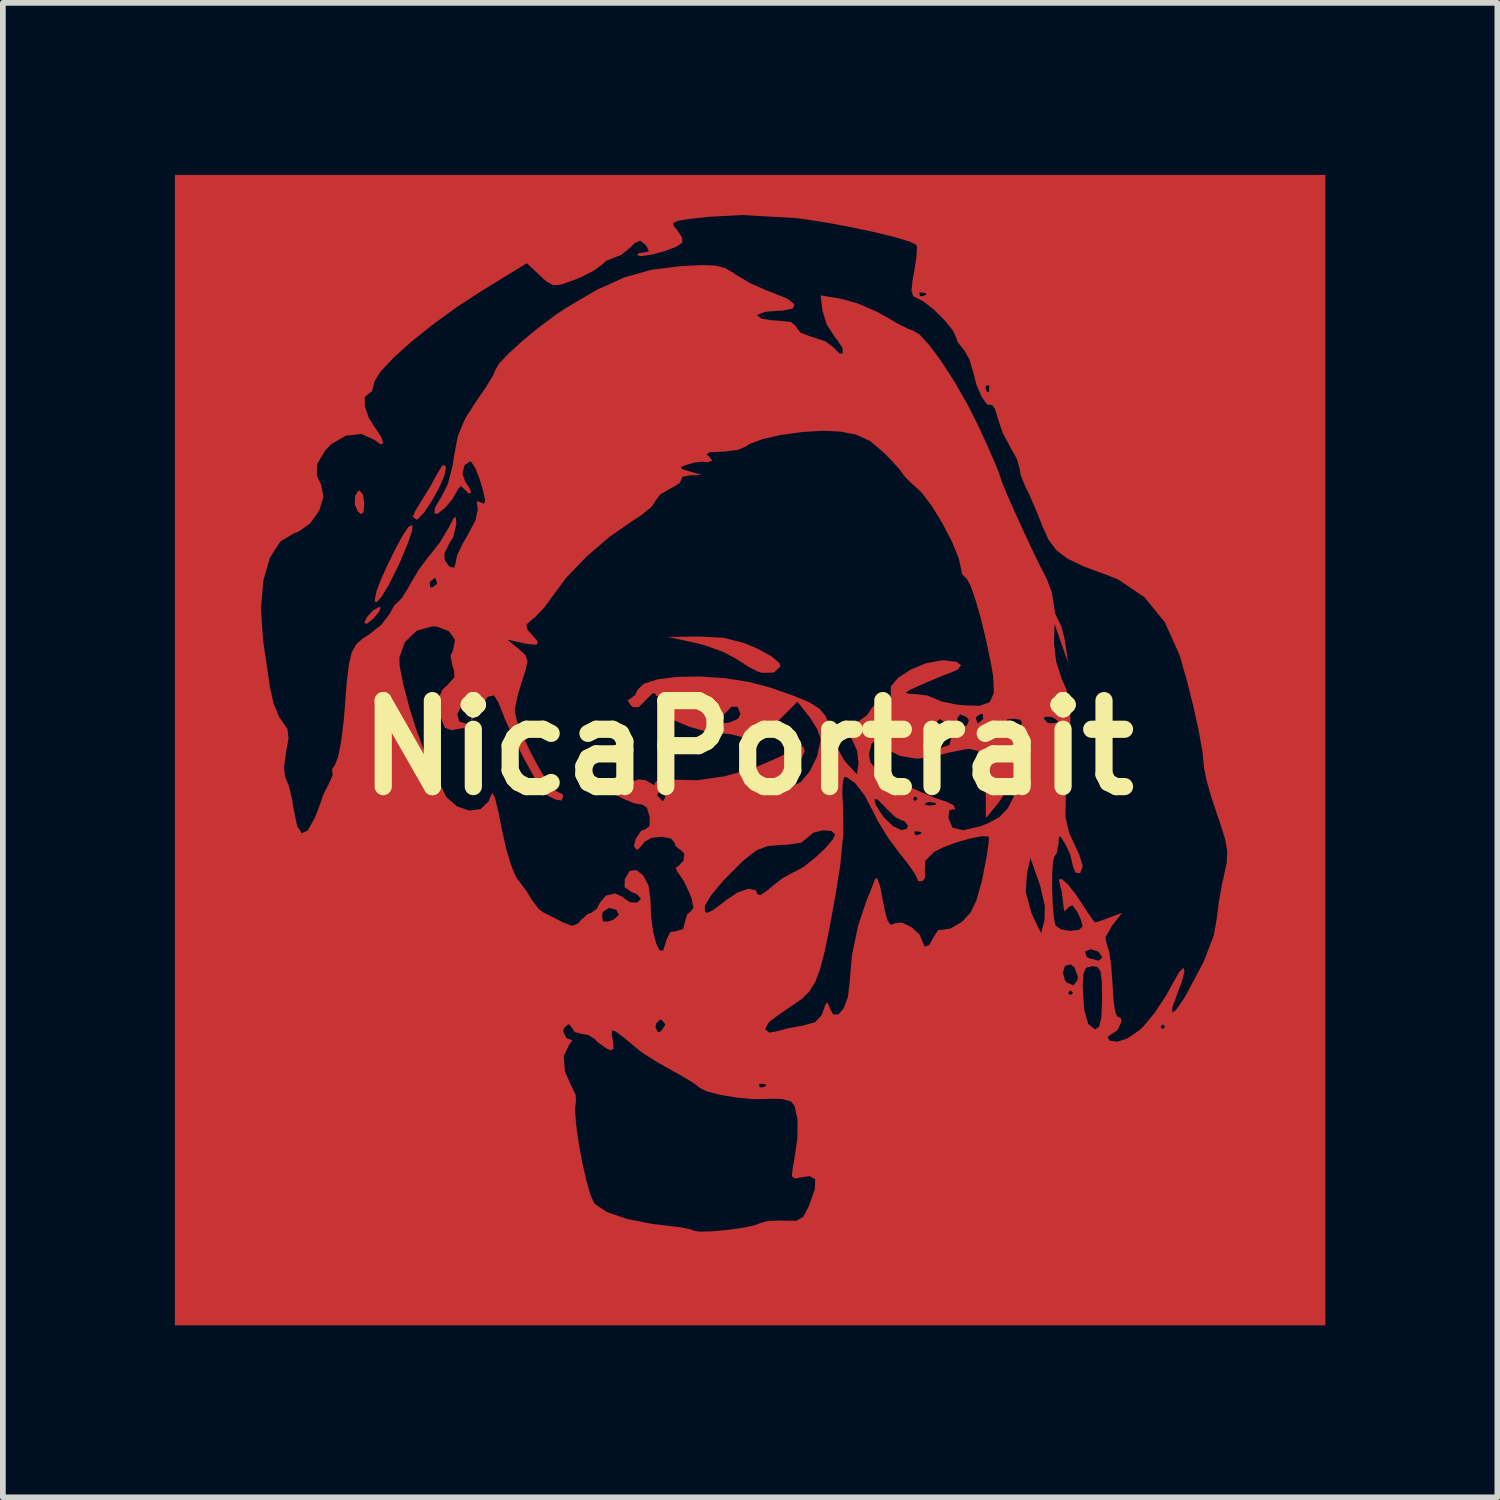
<source format=kicad_pcb>
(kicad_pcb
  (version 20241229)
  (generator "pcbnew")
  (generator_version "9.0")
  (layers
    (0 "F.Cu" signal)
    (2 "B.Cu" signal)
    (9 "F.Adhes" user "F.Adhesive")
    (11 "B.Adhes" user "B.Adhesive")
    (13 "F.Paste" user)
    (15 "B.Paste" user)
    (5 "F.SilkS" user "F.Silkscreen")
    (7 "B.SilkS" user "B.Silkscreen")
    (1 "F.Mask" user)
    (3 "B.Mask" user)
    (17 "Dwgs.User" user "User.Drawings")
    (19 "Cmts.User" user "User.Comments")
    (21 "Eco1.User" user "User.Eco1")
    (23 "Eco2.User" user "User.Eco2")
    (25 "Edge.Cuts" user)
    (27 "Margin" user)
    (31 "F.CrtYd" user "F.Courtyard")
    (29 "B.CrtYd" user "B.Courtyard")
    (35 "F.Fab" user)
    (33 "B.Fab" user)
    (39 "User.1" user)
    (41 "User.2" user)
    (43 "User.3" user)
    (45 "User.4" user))
  (footprint "NicaPortrait"
    (layer "F.Cu")
    (at 9.991 9.991)
    (property "Reference" "NicaPortrait" (at 0 0 0) (layer "F.SilkS") (effects (font (size 1.5 1.5) (thickness 0.3))))
    (attr board_only exclude_from_pos_files exclude_from_bom)
    (fp_poly (pts (xy -6.401 -2.446) (xy -6.431 -2.369) (xy -6.53 -2.25) (xy -6.644 -2.16) (xy -6.689 -2.176) (xy -6.639 -2.283) (xy -6.532 -2.395) (xy -6.43 -2.454)) (stroke (width 0) (type solid)) (fill yes) (layer "F.Cu"))
    (fp_poly (pts (xy -6.71 -4.415) (xy -6.689 -4.276) (xy -6.7 -4.103) (xy -6.746 -4.075) (xy -6.802 -4.12) (xy -6.853 -4.245) (xy -6.847 -4.395) (xy -6.79 -4.484) (xy -6.773 -4.487)) (stroke (width 0) (type solid)) (fill yes) (layer "F.Cu"))
    (fp_poly (pts (xy -5.276 -4.922) (xy -5.264 -4.88) (xy -5.291 -4.744) (xy -5.382 -4.534) (xy -5.51 -4.304) (xy -5.642 -4.105) (xy -5.75 -3.99) (xy -5.779 -3.979) (xy -5.842 -4.029) (xy -5.842 -4.03) (xy -5.799 -4.128) (xy -5.696 -4.297) (xy -5.691 -4.305) (xy -5.536 -4.556) (xy -5.416 -4.776) (xy -5.326 -4.924)) (stroke (width 0) (type solid)) (fill yes) (layer "F.Cu"))
    (fp_poly (pts (xy -5.852 -3.79) (xy -5.925 -3.569) (xy -6.065 -3.238) (xy -6.116 -3.128) (xy -6.262 -2.838) (xy -6.385 -2.635) (xy -6.472 -2.536) (xy -6.508 -2.555) (xy -6.48 -2.707) (xy -6.473 -2.731) (xy -6.397 -2.933) (xy -6.276 -3.2) (xy -6.139 -3.478) (xy -6.012 -3.711) (xy -5.923 -3.845) (xy -5.921 -3.848) (xy -5.849 -3.888)) (stroke (width 0) (type solid)) (fill yes) (layer "F.Cu"))
    (fp_poly (pts (xy -0.421 -1.917) (xy -0.057 -1.825) (xy 0.155 -1.735) (xy 0.408 -1.598) (xy 0.551 -1.479) (xy 0.572 -1.419) (xy 0.458 -1.311) (xy 0.255 -1.305) (xy 0.169 -1.33) (xy 0.016 -1.41) (xy -0.188 -1.541) (xy -0.209 -1.555) (xy -0.439 -1.675) (xy -0.748 -1.786) (xy -0.929 -1.832) (xy -1.397 -1.933) (xy -0.847 -1.939)) (stroke (width 0) (type solid)) (fill yes) (layer "F.Cu"))
    (fp_poly (pts (xy 10.075 0.042) (xy 10.075 10.075) (xy 0.042 10.075) (xy -9.991 10.075) (xy -9.991 4.953) (xy -3.217 4.953) (xy -3.163 5.066) (xy -3.116 5.08) (xy -3.057 5.105) (xy -3.116 5.182) (xy -3.207 5.382) (xy -3.189 5.646) (xy -3.083 5.884) (xy -3.001 6.055) (xy -2.996 6.165) (xy -3.013 6.3) (xy -2.995 6.552) (xy -2.951 6.876) (xy -2.887 7.224) (xy -2.814 7.55) (xy -2.74 7.808) (xy -2.672 7.953) (xy -2.671 7.955) (xy -2.456 8.098) (xy -2.107 8.219) (xy -1.659 8.307) (xy -1.409 8.336) (xy -1.159 8.366) (xy -0.987 8.403) (xy -0.948 8.422) (xy -0.84 8.441) (xy -0.621 8.435) (xy -0.35 8.41) (xy -0.081 8.372) (xy 0.129 8.327) (xy 0.214 8.292) (xy 0.349 8.254) (xy 0.573 8.246) (xy 0.625 8.249) (xy 0.844 8.251) (xy 0.967 8.184) (xy 1.061 8.008) (xy 1.067 7.993) (xy 1.171 7.698) (xy 1.177 7.53) (xy 1.082 7.472) (xy 0.962 7.488) (xy 0.82 7.515) (xy 0.769 7.471) (xy 0.787 7.315) (xy 0.806 7.222) (xy 0.866 6.82) (xy 0.869 6.485) (xy 0.818 6.251) (xy 0.758 6.172) (xy 0.594 6.126) (xy 0.36 6.123) (xy 0.339 6.126) (xy 0.102 6.13) (xy -0.19 6.103) (xy -0.481 6.054) (xy -0.717 5.993) (xy -0.843 5.929) (xy -0.847 5.925) (xy -0.916 5.87) (xy 0.198 5.87) (xy 0.209 5.921) (xy 0.254 5.927) (xy 0.324 5.896) (xy 0.31 5.87) (xy 0.21 5.86) (xy 0.198 5.87) (xy -0.916 5.87) (xy -0.94 5.852) (xy -1.135 5.733) (xy -1.312 5.635) (xy -1.583 5.482) (xy -1.814 5.336) (xy -1.908 5.267) (xy -2.157 5.058) (xy -2.302 4.949) (xy -2.365 4.929) (xy -2.373 4.99) (xy -2.354 5.097) (xy -2.338 5.253) (xy -2.391 5.278) (xy -2.463 5.245) (xy -2.615 5.138) (xy -2.667 5.08) (xy -2.786 5.009) (xy -2.884 4.995) (xy -3.019 4.959) (xy -3.048 4.911) (xy -3.077 4.873) (xy -1.609 4.873) (xy -1.568 4.961) (xy -1.524 4.953) (xy -1.491 4.91) (xy 0.305 4.91) (xy 0.376 4.969) (xy 0.504 4.947) (xy 0.674 4.9) (xy 0.915 4.854) (xy 0.946 4.85) (xy 1.173 4.789) (xy 1.289 4.667) (xy 1.319 4.583) (xy 1.369 4.447) (xy 1.405 4.467) (xy 1.417 4.508) (xy 1.487 4.65) (xy 1.58 4.653) (xy 1.674 4.545) (xy 1.747 4.35) (xy 1.756 4.276) (xy 5.588 4.276) (xy 5.63 4.318) (xy 5.673 4.276) (xy 5.63 4.233) (xy 5.588 4.276) (xy 1.756 4.276) (xy 1.769 4.17) (xy 5.843 4.17) (xy 5.868 4.568) (xy 5.939 4.818) (xy 6.053 4.91) (xy 6.064 4.911) (xy 6.131 4.864) (xy 6.168 4.705) (xy 6.181 4.408) (xy 6.181 4.36) (xy 6.175 4.063) (xy 6.152 3.896) (xy 6.099 3.825) (xy 6.011 3.81) (xy 5.903 3.836) (xy 5.854 3.945) (xy 5.843 4.17) (xy 1.769 4.17) (xy 1.778 4.093) (xy 1.778 4.085) (xy 1.792 3.921) (xy 5.497 3.921) (xy 5.533 4.058) (xy 5.56 4.092) (xy 5.682 4.146) (xy 5.752 4.051) (xy 5.757 3.988) (xy 5.698 3.831) (xy 5.63 3.779) (xy 5.535 3.804) (xy 5.497 3.921) (xy 1.792 3.921) (xy 1.819 3.614) (xy 1.832 3.552) (xy 5.887 3.552) (xy 5.907 3.644) (xy 5.947 3.669) (xy 6.121 3.716) (xy 6.18 3.662) (xy 6.181 3.65) (xy 6.116 3.557) (xy 5.985 3.514) (xy 5.887 3.552) (xy 1.832 3.552) (xy 1.926 3.101) (xy 2.072 2.667) (xy 2.162 2.448) (xy 2.223 2.286) (xy 2.26 2.278) (xy 2.306 2.408) (xy 2.325 2.498) (xy 2.388 2.827) (xy 2.439 3.014) (xy 2.49 3.088) (xy 2.551 3.073) (xy 2.568 3.06) (xy 2.693 3.05) (xy 2.858 3.131) (xy 2.997 3.259) (xy 3.048 3.379) (xy 3.087 3.469) (xy 3.168 3.439) (xy 3.239 3.311) (xy 3.242 3.302) (xy 3.323 3.181) (xy 3.4 3.175) (xy 3.536 3.154) (xy 3.72 3.047) (xy 3.746 3.027) (xy 3.885 2.877) (xy 3.989 2.665) (xy 4.029 2.518) (xy 4.85 2.518) (xy 4.944 2.869) (xy 5.019 3.035) (xy 5.117 3.233) (xy 5.176 3.012) (xy 5.182 2.758) (xy 5.102 2.414) (xy 5.083 2.356) (xy 4.93 1.922) (xy 4.872 2.187) (xy 4.85 2.518) (xy 4.029 2.518) (xy 4.078 2.345) (xy 4.107 2.21) (xy 4.165 1.906) (xy 4.2 1.674) (xy 4.206 1.556) (xy 4.204 1.551) (xy 4.096 1.542) (xy 3.889 1.581) (xy 3.638 1.652) (xy 3.401 1.741) (xy 3.254 1.816) (xy 3.098 1.971) (xy 3.09 2.114) (xy 3.092 2.269) (xy 3.051 2.326) (xy 2.971 2.327) (xy 2.963 2.299) (xy 2.913 2.194) (xy 2.782 2.008) (xy 2.655 1.85) (xy 2.447 1.569) (xy 2.385 1.468) (xy 2.907 1.468) (xy 2.919 1.518) (xy 2.963 1.524) (xy 3.033 1.493) (xy 3.02 1.468) (xy 2.919 1.457) (xy 2.907 1.468) (xy 2.385 1.468) (xy 2.265 1.271) (xy 2.2 1.138) (xy 2.073 0.896) (xy 2.21 0.896) (xy 2.232 0.992) (xy 2.337 1.163) (xy 2.377 1.216) (xy 2.536 1.369) (xy 2.685 1.438) (xy 2.78 1.41) (xy 2.794 1.355) (xy 2.727 1.275) (xy 2.691 1.27) (xy 2.573 1.21) (xy 2.419 1.062) (xy 2.398 1.037) (xy 2.357 0.996) (xy 3.085 0.996) (xy 3.168 1.009) (xy 3.278 0.994) (xy 3.279 0.965) (xy 3.166 0.945) (xy 3.117 0.958) (xy 3.085 0.996) (xy 2.357 0.996) (xy 2.266 0.903) (xy 2.21 0.896) (xy 2.073 0.896) (xy 2.069 0.889) (xy 2.879 0.889) (xy 2.921 0.931) (xy 2.963 0.889) (xy 2.921 0.847) (xy 2.879 0.889) (xy 2.069 0.889) (xy 2.042 0.836) (xy 1.871 0.615) (xy 1.718 0.512) (xy 1.69 0.508) (xy 1.659 0.585) (xy 1.65 0.784) (xy 1.663 1.037) (xy 1.669 1.481) (xy 1.615 2.046) (xy 1.529 2.582) (xy 1.426 3.146) (xy 1.339 3.569) (xy 1.258 3.876) (xy 1.174 4.095) (xy 1.077 4.251) (xy 0.957 4.37) (xy 0.809 4.476) (xy 0.583 4.628) (xy 0.409 4.756) (xy 0.364 4.795) (xy 0.305 4.91) (xy -1.491 4.91) (xy -1.443 4.845) (xy -1.439 4.821) (xy -1.504 4.744) (xy -1.524 4.741) (xy -1.598 4.81) (xy -1.609 4.873) (xy -3.077 4.873) (xy -3.112 4.828) (xy -3.133 4.826) (xy -3.208 4.895) (xy -3.217 4.953) (xy -9.991 4.953) (xy -9.991 0.042) (xy -9.991 -2.424) (xy -8.49 -2.424) (xy -8.451 -1.859) (xy -8.433 -1.736) (xy -8.396 -1.496) (xy -8.352 -1.187) (xy -8.334 -1.058) (xy -8.27 -0.774) (xy -8.172 -0.537) (xy -8.122 -0.465) (xy -8.028 -0.328) (xy -8.009 -0.165) (xy -8.05 0.074) (xy -8.089 0.349) (xy -8.065 0.523) (xy -8.055 0.539) (xy -8.001 0.673) (xy -7.945 0.912) (xy -7.917 1.084) (xy -7.857 1.372) (xy -7.776 1.492) (xy -7.674 1.444) (xy -7.553 1.228) (xy -7.485 1.058) (xy -7.43 0.903) (xy -7.413 0.847) (xy -7.368 0.748) (xy -7.297 0.614) (xy -7.237 0.473) (xy -7.246 0.423) (xy -7.248 0.371) (xy -7.195 0.294) (xy -7.143 0.156) (xy -7.091 -0.111) (xy -7.047 -0.466) (xy -7.027 -0.701) (xy -6.993 -1.146) (xy -6.956 -1.456) (xy -6.927 -1.576) (xy -6.075 -1.576) (xy -6.071 -1.423) (xy -6 -1.075) (xy -5.897 -0.685) (xy -5.778 -0.306) (xy -5.66 0.007) (xy -5.57 0.187) (xy -5.444 0.423) (xy -5.373 0.62) (xy -5.255 0.861) (xy -5.069 1.024) (xy -4.856 1.097) (xy -4.658 1.07) (xy -4.517 0.933) (xy -4.486 0.847) (xy -4.452 0.79) (xy -4.409 0.873) (xy -4.351 1.105) (xy -4.296 1.386) (xy -4.217 1.744) (xy -4.127 2.05) (xy -4.041 2.255) (xy -4.012 2.297) (xy -3.857 2.501) (xy -3.775 2.638) (xy -3.651 2.806) (xy -3.556 2.878) (xy -3.385 2.962) (xy -3.224 3.045) (xy -3.059 3.108) (xy -2.956 3.063) (xy -2.918 3.016) (xy -2.815 2.921) (xy -2.54 2.921) (xy -2.524 3.028) (xy -2.44 3.034) (xy -2.336 2.997) (xy -2.247 2.913) (xy -2.293 2.826) (xy -2.418 2.794) (xy -2.526 2.862) (xy -2.54 2.921) (xy -2.815 2.921) (xy -2.794 2.902) (xy -2.727 2.879) (xy -2.631 2.809) (xy -2.582 2.709) (xy -2.474 2.58) (xy -2.31 2.541) (xy -2.17 2.609) (xy -2.159 2.625) (xy -2.054 2.696) (xy -1.926 2.701) (xy -1.863 2.636) (xy -1.863 2.635) (xy -1.933 2.555) (xy -2.027 2.517) (xy -2.147 2.433) (xy -2.144 2.295) (xy -2.059 2.148) (xy -1.941 2.134) (xy -1.821 2.229) (xy -1.729 2.409) (xy -1.697 2.64) (xy -1.685 2.948) (xy -1.648 3.217) (xy -1.594 3.422) (xy -1.534 3.537) (xy -1.476 3.538) (xy -1.429 3.399) (xy -1.424 3.365) (xy -1.351 3.216) (xy -1.249 3.2) (xy -1.125 3.163) (xy -1.101 3.059) (xy -1.056 2.906) (xy -0.999 2.859) (xy -0.946 2.794) (xy -0.952 2.761) (xy -0.748 2.761) (xy -0.747 2.864) (xy -0.699 2.879) (xy -0.599 2.828) (xy -0.432 2.703) (xy -0.389 2.667) (xy -0.175 2.523) (xy 0.016 2.459) (xy 0.142 2.485) (xy 0.169 2.556) (xy 0.222 2.57) (xy 0.352 2.483) (xy 0.402 2.438) (xy 0.605 2.278) (xy 0.793 2.174) (xy 0.81 2.168) (xy 0.968 2.082) (xy 1.166 1.928) (xy 1.356 1.75) (xy 1.49 1.592) (xy 1.524 1.514) (xy 1.458 1.45) (xy 1.308 1.442) (xy 1.147 1.482) (xy 1.048 1.562) (xy 1.047 1.566) (xy 0.934 1.657) (xy 0.676 1.694) (xy 0.605 1.695) (xy 0.352 1.714) (xy 0.157 1.788) (xy -0.052 1.948) (xy -0.14 2.03) (xy -0.433 2.326) (xy -0.639 2.575) (xy -0.748 2.761) (xy -0.952 2.761) (xy -0.977 2.637) (xy -1.016 2.534) (xy -1.117 2.323) (xy -1.211 2.184) (xy -1.223 2.174) (xy -1.258 2.095) (xy -1.206 2.061) (xy -1.12 1.969) (xy -1.107 1.847) (xy -1.174 1.779) (xy -1.185 1.778) (xy -1.263 1.711) (xy -1.27 1.665) (xy -1.339 1.584) (xy -1.498 1.553) (xy -1.676 1.572) (xy -1.8 1.641) (xy -1.814 1.665) (xy -1.904 1.768) (xy -1.942 1.778) (xy -1.985 1.713) (xy -1.953 1.587) (xy -1.861 1.45) (xy -1.78 1.42) (xy -1.713 1.368) (xy -1.709 1.208) (xy -1.759 1.045) (xy -1.836 0.993) (xy -1.977 0.97) (xy -2.163 0.894) (xy -2.318 0.814) (xy -1.58 0.814) (xy -1.566 0.847) (xy -1.49 0.927) (xy -1.477 0.931) (xy -1.44 0.866) (xy -1.439 0.847) (xy -1.504 0.765) (xy -1.529 0.762) (xy -1.58 0.814) (xy -2.318 0.814) (xy -2.39 0.776) (xy -2.12 0.637) (xy -1.911 0.552) (xy -1.775 0.567) (xy -1.73 0.598) (xy -1.63 0.653) (xy -1.609 0.602) (xy -1.532 0.543) (xy -1.304 0.555) (xy -1.291 0.557) (xy -0.883 0.568) (xy -0.401 0.498) (xy 0.091 0.362) (xy 0.528 0.174) (xy 0.562 0.155) (xy 0.832 0.016) (xy 0.974 -0.018) (xy 0.995 0.062) (xy 0.904 0.261) (xy 0.838 0.376) (xy 0.741 0.576) (xy 0.741 0.672) (xy 0.76 0.677) (xy 0.922 0.602) (xy 1.082 0.412) (xy 1.208 0.158) (xy 1.268 -0.109) (xy 1.27 -0.154) (xy 1.219 -0.311) (xy 1.095 -0.513) (xy 1.067 -0.549) (xy 0.866 -0.801) (xy 0.512 -0.447) (xy 0.301 -0.249) (xy 0.156 -0.157) (xy 0.03 -0.148) (xy -0.054 -0.174) (xy -0.307 -0.237) (xy -0.481 -0.254) (xy -0.738 -0.285) (xy -1.02 -0.366) (xy -1.238 -0.459) (xy -0.472 -0.459) (xy -0.414 -0.428) (xy -0.322 -0.438) (xy -0.171 -0.504) (xy -0.127 -0.586) (xy -0.174 -0.714) (xy -0.284 -0.713) (xy -0.408 -0.586) (xy -0.472 -0.459) (xy -1.238 -0.459) (xy -1.277 -0.475) (xy -1.461 -0.593) (xy -1.524 -0.69) (xy -1.517 -0.72) (xy -1.185 -0.72) (xy -1.143 -0.677) (xy -1.101 -0.72) (xy -1.143 -0.762) (xy -1.185 -0.72) (xy -1.517 -0.72) (xy -1.491 -0.833) (xy -1.46 -0.868) (xy -1.462 -0.886) (xy -1.503 -0.878) (xy -1.599 -0.908) (xy -1.609 -0.943) (xy -1.653 -0.952) (xy -1.76 -0.849) (xy -1.772 -0.835) (xy -1.904 -0.705) (xy -2.003 -0.708) (xy -2.043 -0.741) (xy -2.097 -0.83) (xy -2.059 -0.847) (xy -1.964 -0.917) (xy -1.926 -1.004) (xy -1.815 -1.115) (xy -1.573 -1.192) (xy -1.233 -1.235) (xy -0.831 -1.242) (xy -0.4 -1.213) (xy 0.024 -1.147) (xy 0.39 -1.05) (xy 0.799 -0.907) (xy 1.076 -0.792) (xy 1.252 -0.681) (xy 1.357 -0.555) (xy 1.423 -0.39) (xy 1.447 -0.303) (xy 1.547 -0.023) (xy 1.682 0.216) (xy 1.723 0.267) (xy 1.905 0.463) (xy 1.933 0.269) (xy 1.917 0.135) (xy 2.117 0.135) (xy 2.14 0.254) (xy 2.229 0.36) (xy 2.414 0.48) (xy 2.727 0.638) (xy 2.728 0.638) (xy 3.028 0.776) (xy 3.276 0.879) (xy 3.426 0.929) (xy 3.443 0.931) (xy 3.578 0.995) (xy 3.606 1.029) (xy 3.616 1.088) (xy 3.578 1.072) (xy 3.514 1.096) (xy 3.501 1.228) (xy 3.571 1.393) (xy 3.755 1.44) (xy 4.058 1.37) (xy 4.187 1.32) (xy 4.388 1.211) (xy 4.537 1.054) (xy 4.661 0.812) (xy 4.785 0.445) (xy 4.796 0.408) (xy 4.872 0.121) (xy 4.891 -0.023) (xy 4.859 -0.017) (xy 4.781 0.145) (xy 4.714 0.319) (xy 4.582 0.618) (xy 4.421 0.894) (xy 4.362 0.974) (xy 4.155 1.228) (xy 4.151 0.804) (xy 4.136 0.421) (xy 4.094 0.18) (xy 4.012 0.056) (xy 3.876 0.021) (xy 3.778 0.031) (xy 3.498 0.088) (xy 3.236 0.158) (xy 2.95 0.192) (xy 2.656 0.143) (xy 2.423 0.028) (xy 2.356 -0.045) (xy 3.239 -0.045) (xy 3.343 -0.001) (xy 3.377 0) (xy 3.518 -0.047) (xy 3.556 -0.203) (xy 3.518 -0.333) (xy 3.435 -0.446) (xy 3.348 -0.5) (xy 3.302 -0.454) (xy 3.301 -0.442) (xy 3.28 -0.319) (xy 3.249 -0.191) (xy 3.239 -0.045) (xy 2.356 -0.045) (xy 2.344 -0.058) (xy 2.246 -0.136) (xy 2.16 -0.072) (xy 2.117 0.106) (xy 2.117 0.135) (xy 1.917 0.135) (xy 1.908 0.055) (xy 1.824 -0.133) (xy 1.74 -0.285) (xy 1.771 -0.368) (xy 1.901 -0.437) (xy 2.005 -0.512) (xy 3.653 -0.512) (xy 3.68 -0.428) (xy 3.786 -0.376) (xy 3.823 -0.389) (xy 3.859 -0.479) (xy 3.837 -0.508) (xy 3.979 -0.508) (xy 4.008 -0.426) (xy 4.017 -0.423) (xy 4.089 -0.483) (xy 4.096 -0.493) (xy 4.514 -0.493) (xy 4.541 -0.444) (xy 4.572 -0.423) (xy 4.693 -0.351) (xy 4.748 -0.368) (xy 4.784 -0.423) (xy 4.756 -0.487) (xy 4.649 -0.505) (xy 5.165 -0.505) (xy 5.233 -0.433) (xy 5.292 -0.423) (xy 5.405 -0.441) (xy 5.419 -0.457) (xy 5.352 -0.511) (xy 5.292 -0.539) (xy 5.183 -0.54) (xy 5.165 -0.505) (xy 4.649 -0.505) (xy 4.64 -0.507) (xy 4.514 -0.493) (xy 4.096 -0.493) (xy 4.106 -0.508) (xy 4.1 -0.586) (xy 4.069 -0.593) (xy 3.983 -0.531) (xy 3.979 -0.508) (xy 3.837 -0.508) (xy 3.819 -0.533) (xy 3.705 -0.582) (xy 3.653 -0.512) (xy 2.005 -0.512) (xy 2.078 -0.564) (xy 2.163 -0.69) (xy 2.278 -0.82) (xy 2.381 -0.847) (xy 2.496 -0.882) (xy 2.494 -0.938) (xy 2.497 -1.071) (xy 2.626 -1.221) (xy 2.842 -1.362) (xy 3.105 -1.471) (xy 3.377 -1.523) (xy 3.423 -1.524) (xy 3.638 -1.499) (xy 3.723 -1.438) (xy 3.662 -1.361) (xy 3.577 -1.324) (xy 3.413 -1.261) (xy 3.169 -1.16) (xy 3.048 -1.107) (xy 2.829 -1.009) (xy 2.754 -0.959) (xy 2.809 -0.94) (xy 2.925 -0.936) (xy 3.135 -0.91) (xy 3.264 -0.857) (xy 3.391 -0.804) (xy 3.62 -0.757) (xy 3.745 -0.741) (xy 4.044 -0.731) (xy 4.221 -0.794) (xy 4.294 -0.956) (xy 4.281 -1.241) (xy 4.252 -1.419) (xy 4.166 -1.839) (xy 4.071 -2.236) (xy 3.974 -2.575) (xy 3.887 -2.825) (xy 3.818 -2.953) (xy 3.8 -2.963) (xy 3.735 -3.033) (xy 3.725 -3.103) (xy 3.679 -3.309) (xy 3.559 -3.599) (xy 3.392 -3.92) (xy 3.207 -4.221) (xy 3.032 -4.451) (xy 2.969 -4.512) (xy 2.806 -4.658) (xy 2.715 -4.756) (xy 2.709 -4.77) (xy 2.655 -4.847) (xy 2.515 -5.002) (xy 2.392 -5.129) (xy 2.145 -5.343) (xy 1.895 -5.459) (xy 1.621 -5.513) (xy 1.314 -5.528) (xy 0.95 -5.506) (xy 0.581 -5.455) (xy 0.257 -5.382) (xy 0.029 -5.295) (xy -0.029 -5.254) (xy -0.166 -5.197) (xy -0.394 -5.165) (xy -0.461 -5.163) (xy -0.667 -5.152) (xy -0.718 -5.117) (xy -0.677 -5.08) (xy -0.617 -5.006) (xy -0.701 -4.979) (xy -0.792 -4.988) (xy -0.923 -4.974) (xy -1.046 -4.941) (xy -1.167 -4.894) (xy -1.14 -4.858) (xy -1.016 -4.82) (xy -0.804 -4.758) (xy -1.009 -4.75) (xy -1.142 -4.724) (xy -1.156 -4.683) (xy -1.184 -4.617) (xy -1.328 -4.529) (xy -1.353 -4.518) (xy -1.529 -4.414) (xy -1.61 -4.307) (xy -1.61 -4.301) (xy -1.679 -4.2) (xy -1.853 -4.057) (xy -2.013 -3.953) (xy -2.413 -3.676) (xy -2.813 -3.331) (xy -3.162 -2.968) (xy -3.384 -2.671) (xy -3.546 -2.447) (xy -3.712 -2.273) (xy -3.744 -2.249) (xy -3.861 -2.147) (xy -3.843 -2.059) (xy -3.779 -1.989) (xy -3.661 -1.85) (xy -3.68 -1.795) (xy -3.847 -1.81) (xy -3.916 -1.824) (xy -4.191 -1.884) (xy -3.994 -1.724) (xy -3.878 -1.618) (xy -3.84 -1.515) (xy -3.872 -1.355) (xy -3.929 -1.184) (xy -4.01 -0.919) (xy -4.057 -0.698) (xy -4.063 -0.637) (xy -4.026 -0.47) (xy -3.929 -0.222) (xy -3.795 0.064) (xy -3.644 0.347) (xy -3.499 0.584) (xy -3.382 0.733) (xy -3.332 0.762) (xy -3.228 0.812) (xy -3.217 0.847) (xy -3.247 0.923) (xy -3.36 0.901) (xy -3.482 0.841) (xy -3.582 0.732) (xy -3.728 0.505) (xy -3.898 0.199) (xy -4.073 -0.146) (xy -4.231 -0.492) (xy -4.345 -0.783) (xy -4.426 -0.913) (xy -4.531 -0.888) (xy -4.674 -0.704) (xy -4.677 -0.699) (xy -4.821 -0.466) (xy -4.824 -0.715) (xy -4.832 -0.881) (xy -4.87 -0.896) (xy -4.95 -0.799) (xy -5.065 -0.589) (xy -5.034 -0.458) (xy -4.889 -0.413) (xy -4.79 -0.4) (xy -4.843 -0.372) (xy -4.953 -0.344) (xy -5.169 -0.306) (xy -5.283 -0.348) (xy -5.345 -0.506) (xy -5.371 -0.638) (xy -5.39 -0.865) (xy -5.323 -1.014) (xy -5.242 -1.09) (xy -5.116 -1.228) (xy -5.125 -1.362) (xy -5.143 -1.398) (xy -5.183 -1.6) (xy -5.14 -1.702) (xy -5.105 -1.881) (xy -5.208 -2.03) (xy -5.416 -2.111) (xy -5.499 -2.117) (xy -5.772 -2.041) (xy -5.977 -1.845) (xy -6.075 -1.576) (xy -6.927 -1.576) (xy -6.906 -1.663) (xy -6.83 -1.801) (xy -6.719 -1.903) (xy -6.596 -1.981) (xy -6.39 -2.145) (xy -6.249 -2.331) (xy -6.246 -2.336) (xy -6.16 -2.488) (xy -6.102 -2.54) (xy -6.034 -2.608) (xy -5.928 -2.778) (xy -5.885 -2.857) (xy -5.872 -2.879) (xy -5.546 -2.879) (xy -5.539 -2.801) (xy -5.508 -2.794) (xy -5.422 -2.855) (xy -5.419 -2.879) (xy -5.448 -2.961) (xy -5.456 -2.963) (xy -5.528 -2.904) (xy -5.546 -2.879) (xy -5.872 -2.879) (xy -5.731 -3.114) (xy -5.564 -3.337) (xy -5.537 -3.367) (xy -5.367 -3.584) (xy -5.219 -3.833) (xy -5.13 -4.002) (xy -5.092 -4.027) (xy -5.082 -3.919) (xy -5.082 -3.901) (xy -5.133 -3.679) (xy -5.209 -3.554) (xy -5.291 -3.384) (xy -5.285 -3.272) (xy -5.203 -3.158) (xy -5.119 -3.14) (xy -5.092 -3.227) (xy -5.094 -3.239) (xy -5.064 -3.367) (xy -4.963 -3.575) (xy -4.888 -3.701) (xy -4.748 -3.967) (xy -4.707 -4.165) (xy -4.715 -4.201) (xy -4.729 -4.3) (xy -4.671 -4.285) (xy -4.598 -4.255) (xy -4.579 -4.31) (xy -4.615 -4.479) (xy -4.67 -4.668) (xy -4.748 -4.873) (xy -4.823 -4.987) (xy -4.842 -4.995) (xy -4.939 -4.928) (xy -4.974 -4.781) (xy -4.93 -4.642) (xy -4.922 -4.634) (xy -4.836 -4.498) (xy -4.827 -4.449) (xy -4.866 -4.43) (xy -4.918 -4.487) (xy -5.003 -4.564) (xy -5.051 -4.51) (xy -5.149 -4.338) (xy -5.282 -4.18) (xy -5.405 -4.084) (xy -5.463 -4.081) (xy -5.458 -4.18) (xy -5.364 -4.341) (xy -5.352 -4.357) (xy -5.23 -4.597) (xy -5.142 -4.943) (xy -5.123 -5.078) (xy -5.056 -5.436) (xy -4.927 -5.744) (xy -4.733 -6.045) (xy -4.565 -6.29) (xy -4.446 -6.484) (xy -4.403 -6.584) (xy -4.339 -6.697) (xy -4.167 -6.879) (xy -3.921 -7.103) (xy -3.63 -7.341) (xy -3.327 -7.565) (xy -3.177 -7.665) (xy -2.631 -7.987) (xy -2.149 -8.204) (xy -1.678 -8.336) (xy -1.168 -8.4) (xy -1.144 -8.401) (xy -0.792 -8.418) (xy -0.56 -8.409) (xy -0.397 -8.367) (xy -0.252 -8.284) (xy -0.212 -8.254) (xy 0.035 -8.106) (xy 0.336 -7.972) (xy 0.418 -7.943) (xy 0.692 -7.832) (xy 0.817 -7.734) (xy 0.789 -7.66) (xy 0.605 -7.622) (xy 0.515 -7.62) (xy 0.3 -7.602) (xy 0.179 -7.555) (xy 0.169 -7.535) (xy 0.244 -7.482) (xy 0.432 -7.453) (xy 0.508 -7.451) (xy 0.752 -7.426) (xy 0.845 -7.35) (xy 0.847 -7.333) (xy 0.922 -7.238) (xy 1.114 -7.166) (xy 1.141 -7.16) (xy 1.362 -7.084) (xy 1.508 -6.973) (xy 1.515 -6.961) (xy 1.607 -6.871) (xy 1.659 -6.88) (xy 1.651 -6.977) (xy 1.547 -7.13) (xy 1.528 -7.15) (xy 1.378 -7.381) (xy 1.303 -7.623) (xy 1.272 -7.889) (xy 1.631 -7.83) (xy 1.918 -7.749) (xy 2.243 -7.609) (xy 2.393 -7.527) (xy 2.628 -7.391) (xy 2.807 -7.302) (xy 2.872 -7.281) (xy 2.995 -7.21) (xy 3.173 -7.015) (xy 3.386 -6.726) (xy 3.615 -6.37) (xy 3.84 -5.976) (xy 4.009 -5.64) (xy 4.169 -5.294) (xy 4.297 -5.003) (xy 4.38 -4.801) (xy 4.403 -4.728) (xy 4.437 -4.625) (xy 4.527 -4.408) (xy 4.657 -4.114) (xy 4.808 -3.782) (xy 4.964 -3.45) (xy 5.107 -3.155) (xy 5.213 -2.95) (xy 5.303 -2.714) (xy 5.334 -2.523) (xy 5.364 -2.332) (xy 5.412 -2.239) (xy 5.473 -2.109) (xy 5.529 -1.886) (xy 5.539 -1.82) (xy 5.588 -1.482) (xy 5.47 -1.82) (xy 5.352 -2.159) (xy 5.343 -1.817) (xy 5.378 -1.509) (xy 5.477 -1.198) (xy 5.496 -1.157) (xy 5.56 -1.012) (xy 5.603 -0.852) (xy 5.626 -0.65) (xy 5.628 -0.379) (xy 5.612 -0.011) (xy 5.577 0.482) (xy 5.548 0.853) (xy 5.542 1.206) (xy 5.604 1.48) (xy 5.675 1.636) (xy 5.781 1.862) (xy 5.839 2.042) (xy 5.842 2.074) (xy 5.799 2.188) (xy 5.718 2.181) (xy 5.67 2.061) (xy 5.67 2.053) (xy 5.627 1.871) (xy 5.546 1.693) (xy 5.46 1.553) (xy 5.428 1.554) (xy 5.422 1.667) (xy 5.392 1.833) (xy 5.352 1.894) (xy 5.324 1.991) (xy 5.311 2.202) (xy 5.31 2.474) (xy 5.321 2.754) (xy 5.344 2.986) (xy 5.369 3.101) (xy 5.462 3.168) (xy 5.623 3.194) (xy 5.776 3.178) (xy 5.842 3.117) (xy 5.805 2.985) (xy 5.748 2.862) (xy 5.665 2.748) (xy 5.595 2.781) (xy 5.58 2.804) (xy 5.523 2.857) (xy 5.505 2.754) (xy 5.505 2.737) (xy 5.48 2.522) (xy 5.452 2.42) (xy 5.426 2.296) (xy 5.48 2.291) (xy 5.59 2.39) (xy 5.736 2.578) (xy 5.795 2.667) (xy 5.933 2.879) (xy 6.032 3.018) (xy 6.06 3.048) (xy 6.148 3.021) (xy 6.309 2.963) (xy 6.532 2.878) (xy 6.356 3.102) (xy 6.24 3.307) (xy 6.261 3.424) (xy 6.304 3.553) (xy 6.34 3.799) (xy 6.362 4.11) (xy 6.363 4.126) (xy 6.381 4.414) (xy 6.412 4.615) (xy 6.447 4.69) (xy 6.451 4.689) (xy 6.51 4.718) (xy 6.519 4.781) (xy 6.451 4.927) (xy 6.392 4.965) (xy 6.274 5.044) (xy 6.314 5.109) (xy 6.45 5.128) (xy 6.621 5.071) (xy 6.831 4.927) (xy 6.894 4.868) (xy 7.197 4.868) (xy 7.239 4.911) (xy 7.281 4.868) (xy 7.239 4.826) (xy 7.197 4.868) (xy 6.894 4.868) (xy 6.903 4.86) (xy 7.097 4.625) (xy 7.298 4.321) (xy 7.396 4.142) (xy 7.525 3.914) (xy 7.602 3.838) (xy 7.618 3.902) (xy 7.567 4.096) (xy 7.492 4.291) (xy 7.407 4.528) (xy 7.403 4.621) (xy 7.473 4.57) (xy 7.609 4.373) (xy 7.65 4.303) (xy 7.951 3.737) (xy 8.129 3.275) (xy 8.184 2.963) (xy 8.215 2.701) (xy 8.273 2.377) (xy 8.306 2.233) (xy 8.355 1.999) (xy 8.364 1.808) (xy 8.328 1.599) (xy 8.239 1.315) (xy 8.185 1.161) (xy 8.077 0.832) (xy 7.996 0.542) (xy 7.958 0.347) (xy 7.957 0.325) (xy 7.933 0.08) (xy 7.869 -0.28) (xy 7.776 -0.707) (xy 7.665 -1.152) (xy 7.546 -1.569) (xy 7.528 -1.626) (xy 7.276 -2.187) (xy 6.919 -2.625) (xy 6.468 -2.93) (xy 6.287 -3.004) (xy 5.869 -3.158) (xy 5.579 -3.296) (xy 5.384 -3.443) (xy 5.247 -3.627) (xy 5.135 -3.875) (xy 5.128 -3.895) (xy 5.012 -4.184) (xy 4.902 -4.434) (xy 4.846 -4.545) (xy 4.763 -4.745) (xy 4.741 -4.871) (xy 4.695 -5.036) (xy 4.583 -5.236) (xy 4.448 -5.488) (xy 4.363 -5.742) (xy 4.31 -5.916) (xy 4.261 -5.979) (xy 4.254 -5.976) (xy 4.175 -5.988) (xy 4.078 -6.123) (xy 4.019 -6.265) (xy 4.149 -6.265) (xy 4.18 -6.196) (xy 4.205 -6.209) (xy 4.215 -6.309) (xy 4.205 -6.322) (xy 4.155 -6.31) (xy 4.149 -6.265) (xy 4.019 -6.265) (xy 3.987 -6.339) (xy 3.935 -6.542) (xy 3.866 -6.774) (xy 3.773 -6.937) (xy 3.759 -6.95) (xy 3.657 -7.082) (xy 3.64 -7.144) (xy 3.58 -7.275) (xy 3.431 -7.458) (xy 3.242 -7.645) (xy 3.06 -7.786) (xy 2.977 -7.827) (xy 2.887 -7.875) (xy 2.869 -7.93) (xy 2.992 -7.93) (xy 3.003 -7.88) (xy 3.048 -7.874) (xy 3.118 -7.905) (xy 3.104 -7.93) (xy 3.004 -7.941) (xy 2.992 -7.93) (xy 2.869 -7.93) (xy 2.856 -7.97) (xy 2.876 -8.16) (xy 2.903 -8.301) (xy 2.942 -8.552) (xy 2.951 -8.726) (xy 2.94 -8.772) (xy 2.816 -8.83) (xy 2.561 -8.906) (xy 2.214 -8.991) (xy 1.81 -9.077) (xy 1.387 -9.156) (xy 0.983 -9.219) (xy 0.847 -9.237) (xy -0.102 -9.291) (xy -0.672 -9.26) (xy -1.015 -9.222) (xy -1.215 -9.19) (xy -1.299 -9.152) (xy -1.292 -9.1) (xy -1.238 -9.039) (xy -1.143 -8.897) (xy -1.141 -8.808) (xy -1.248 -8.736) (xy -1.447 -8.661) (xy -1.671 -8.601) (xy -1.855 -8.574) (xy -1.928 -8.588) (xy -1.901 -8.628) (xy -1.824 -8.636) (xy -1.723 -8.657) (xy -1.763 -8.745) (xy -1.78 -8.766) (xy -1.873 -8.844) (xy -1.968 -8.803) (xy -2.048 -8.723) (xy -2.205 -8.595) (xy -2.321 -8.551) (xy -2.468 -8.492) (xy -2.536 -8.429) (xy -2.674 -8.326) (xy -2.903 -8.208) (xy -3.016 -8.162) (xy -3.247 -8.079) (xy -3.388 -8.065) (xy -3.505 -8.127) (xy -3.623 -8.234) (xy -3.852 -8.45) (xy -4.633 -7.972) (xy -5.073 -7.685) (xy -5.493 -7.38) (xy -5.871 -7.077) (xy -6.182 -6.797) (xy -6.404 -6.559) (xy -6.512 -6.383) (xy -6.519 -6.345) (xy -6.556 -6.21) (xy -6.604 -6.181) (xy -6.679 -6.116) (xy -6.678 -5.957) (xy -6.61 -5.756) (xy -6.519 -5.611) (xy -6.394 -5.424) (xy -6.355 -5.309) (xy -6.405 -5.292) (xy -6.514 -5.371) (xy -6.739 -5.472) (xy -7.006 -5.443) (xy -7.262 -5.296) (xy -7.365 -5.189) (xy -7.509 -4.951) (xy -7.515 -4.745) (xy -7.44 -4.586) (xy -7.399 -4.378) (xy -7.473 -4.135) (xy -7.631 -3.912) (xy -7.844 -3.763) (xy -7.905 -3.743) (xy -8.15 -3.598) (xy -8.333 -3.315) (xy -8.448 -2.916) (xy -8.49 -2.424) (xy -9.991 -2.424) (xy -9.991 -9.991) (xy 0.042 -9.991) (xy 10.075 -9.991)) (stroke (width 0) (type solid)) (fill yes) (layer "F.Cu")))
  (gr_rect
    (start -3 -3)
    (end 23.066 23.066)
    (stroke (width 0.1) (type default))
    (fill no)
    (layer "Edge.Cuts")))
</source>
